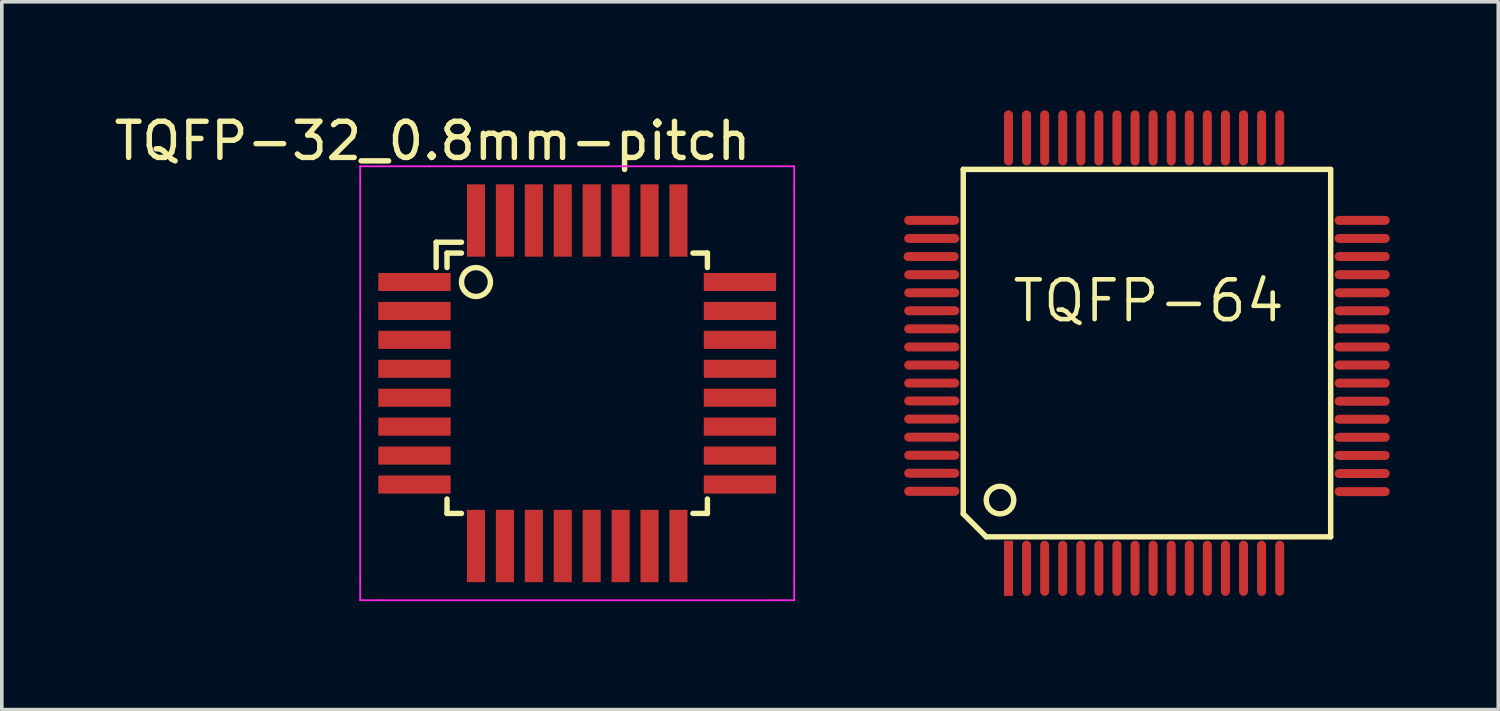
<source format=kicad_pcb>
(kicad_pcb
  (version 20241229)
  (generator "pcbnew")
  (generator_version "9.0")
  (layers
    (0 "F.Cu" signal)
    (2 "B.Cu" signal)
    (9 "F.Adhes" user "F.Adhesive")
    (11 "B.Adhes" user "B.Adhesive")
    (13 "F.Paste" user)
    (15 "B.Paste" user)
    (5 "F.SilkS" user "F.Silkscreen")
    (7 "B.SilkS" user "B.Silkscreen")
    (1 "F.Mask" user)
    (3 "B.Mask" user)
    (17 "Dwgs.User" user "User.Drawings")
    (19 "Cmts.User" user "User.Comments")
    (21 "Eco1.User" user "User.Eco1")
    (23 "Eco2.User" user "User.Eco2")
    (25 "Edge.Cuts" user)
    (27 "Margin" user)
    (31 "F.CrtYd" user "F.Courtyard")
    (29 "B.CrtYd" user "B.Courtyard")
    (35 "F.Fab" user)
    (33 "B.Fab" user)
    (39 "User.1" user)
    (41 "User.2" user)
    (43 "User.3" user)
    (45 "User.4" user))
  (footprint "TQFP-64"
    (layer "F.Cu")
    (at 28.585 6.795)
    (property "Reference" "TQFP-64" (at 0.127 -1.524 0) (layer "F.SilkS") (effects (font (size 1.1 1.1) (thickness 0.127))))
    (attr through_hole)
    (fp_line (start -4.999 -5.161) (end -4.999 4.364) (stroke (width 0.15) (type solid)) (layer "F.SilkS"))
    (fp_line (start -4.999 4.364) (end -4.364 4.999) (stroke (width 0.15) (type solid)) (layer "F.SilkS"))
    (fp_line (start -4.364 4.999) (end 5.161 4.999) (stroke (width 0.15) (type solid)) (layer "F.SilkS"))
    (fp_line (start 5.161 -5.161) (end -4.999 -5.161) (stroke (width 0.15) (type solid)) (layer "F.SilkS"))
    (fp_line (start 5.161 4.999) (end 5.161 -5.161) (stroke (width 0.15) (type solid)) (layer "F.SilkS"))
    (fp_circle (center -3.983 3.983) (end -3.983 3.602) (stroke (width 0.15) (type solid)) (fill no) (layer "F.SilkS"))
    (pad "1" smd rect (at -3.749 5.87) (size 0.249 1.524) (layers "F.Cu" "F.Mask" "F.Paste"))
    (pad "2" smd oval (at -3.249 5.87) (size 0.249 1.524) (layers "F.Cu" "F.Mask" "F.Paste"))
    (pad "3" smd oval (at -2.748 5.87) (size 0.249 1.524) (layers "F.Cu" "F.Mask" "F.Paste"))
    (pad "4" smd oval (at -2.248 5.87) (size 0.249 1.524) (layers "F.Cu" "F.Mask" "F.Paste"))
    (pad "5" smd oval (at -1.748 5.87) (size 0.249 1.524) (layers "F.Cu" "F.Mask" "F.Paste"))
    (pad "6" smd oval (at -1.25 5.87) (size 0.249 1.524) (layers "F.Cu" "F.Mask" "F.Paste"))
    (pad "7" smd oval (at -0.749 5.87) (size 0.249 1.524) (layers "F.Cu" "F.Mask" "F.Paste"))
    (pad "8" smd oval (at -0.249 5.87) (size 0.249 1.524) (layers "F.Cu" "F.Mask" "F.Paste"))
    (pad "9" smd oval (at 0.251 5.87) (size 0.249 1.524) (layers "F.Cu" "F.Mask" "F.Paste"))
    (pad "10" smd oval (at 0.752 5.87) (size 0.249 1.524) (layers "F.Cu" "F.Mask" "F.Paste"))
    (pad "11" smd oval (at 1.252 5.87) (size 0.249 1.524) (layers "F.Cu" "F.Mask" "F.Paste"))
    (pad "12" smd oval (at 1.75 5.87) (size 0.249 1.524) (layers "F.Cu" "F.Mask" "F.Paste"))
    (pad "13" smd oval (at 2.25 5.87) (size 0.249 1.524) (layers "F.Cu" "F.Mask" "F.Paste"))
    (pad "14" smd oval (at 2.751 5.87) (size 0.249 1.524) (layers "F.Cu" "F.Mask" "F.Paste"))
    (pad "15" smd oval (at 3.251 5.87) (size 0.249 1.524) (layers "F.Cu" "F.Mask" "F.Paste"))
    (pad "16" smd oval (at 3.752 5.87) (size 0.249 1.524) (layers "F.Cu" "F.Mask" "F.Paste"))
    (pad "17" smd oval (at 6.032 3.749) (size 1.524 0.249) (layers "F.Cu" "F.Mask" "F.Paste"))
    (pad "18" smd oval (at 6.032 3.249) (size 1.524 0.249) (layers "F.Cu" "F.Mask" "F.Paste"))
    (pad "19" smd oval (at 6.032 2.748) (size 1.524 0.249) (layers "F.Cu" "F.Mask" "F.Paste"))
    (pad "20" smd oval (at 6.032 2.248) (size 1.524 0.249) (layers "F.Cu" "F.Mask" "F.Paste"))
    (pad "21" smd oval (at 6.032 1.748) (size 1.524 0.249) (layers "F.Cu" "F.Mask" "F.Paste"))
    (pad "22" smd oval (at 6.032 1.25) (size 1.524 0.249) (layers "F.Cu" "F.Mask" "F.Paste"))
    (pad "23" smd oval (at 6.032 0.749) (size 1.524 0.249) (layers "F.Cu" "F.Mask" "F.Paste"))
    (pad "24" smd oval (at 6.032 0.249) (size 1.524 0.249) (layers "F.Cu" "F.Mask" "F.Paste"))
    (pad "25" smd oval (at 6.032 -0.251) (size 1.524 0.249) (layers "F.Cu" "F.Mask" "F.Paste"))
    (pad "26" smd oval (at 6.032 -0.752) (size 1.524 0.249) (layers "F.Cu" "F.Mask" "F.Paste"))
    (pad "27" smd oval (at 6.032 -1.252) (size 1.524 0.249) (layers "F.Cu" "F.Mask" "F.Paste"))
    (pad "28" smd oval (at 6.032 -1.75) (size 1.524 0.249) (layers "F.Cu" "F.Mask" "F.Paste"))
    (pad "29" smd oval (at 6.032 -2.25) (size 1.524 0.249) (layers "F.Cu" "F.Mask" "F.Paste"))
    (pad "30" smd oval (at 6.032 -2.751) (size 1.524 0.249) (layers "F.Cu" "F.Mask" "F.Paste"))
    (pad "31" smd oval (at 6.032 -3.251) (size 1.524 0.249) (layers "F.Cu" "F.Mask" "F.Paste"))
    (pad "32" smd oval (at 6.032 -3.752) (size 1.524 0.249) (layers "F.Cu" "F.Mask" "F.Paste"))
    (pad "33" smd oval (at 3.752 -6.032) (size 0.249 1.524) (layers "F.Cu" "F.Mask" "F.Paste"))
    (pad "34" smd oval (at 3.251 -6.032) (size 0.249 1.524) (layers "F.Cu" "F.Mask" "F.Paste"))
    (pad "35" smd oval (at 2.751 -6.032) (size 0.249 1.524) (layers "F.Cu" "F.Mask" "F.Paste"))
    (pad "36" smd oval (at 2.25 -6.032) (size 0.249 1.524) (layers "F.Cu" "F.Mask" "F.Paste"))
    (pad "37" smd oval (at 1.75 -6.032) (size 0.249 1.524) (layers "F.Cu" "F.Mask" "F.Paste"))
    (pad "38" smd oval (at 1.252 -6.032) (size 0.249 1.524) (layers "F.Cu" "F.Mask" "F.Paste"))
    (pad "39" smd oval (at 0.752 -6.032) (size 0.249 1.524) (layers "F.Cu" "F.Mask" "F.Paste"))
    (pad "40" smd oval (at 0.251 -6.032) (size 0.249 1.524) (layers "F.Cu" "F.Mask" "F.Paste"))
    (pad "41" smd oval (at -0.249 -6.032) (size 0.249 1.524) (layers "F.Cu" "F.Mask" "F.Paste"))
    (pad "42" smd oval (at -0.749 -6.032) (size 0.249 1.524) (layers "F.Cu" "F.Mask" "F.Paste"))
    (pad "43" smd oval (at -1.25 -6.032) (size 0.249 1.524) (layers "F.Cu" "F.Mask" "F.Paste"))
    (pad "44" smd oval (at -1.748 -6.032) (size 0.249 1.524) (layers "F.Cu" "F.Mask" "F.Paste"))
    (pad "45" smd oval (at -2.248 -6.032) (size 0.249 1.524) (layers "F.Cu" "F.Mask" "F.Paste"))
    (pad "46" smd oval (at -2.748 -6.032) (size 0.249 1.524) (layers "F.Cu" "F.Mask" "F.Paste"))
    (pad "47" smd oval (at -3.249 -6.032) (size 0.249 1.524) (layers "F.Cu" "F.Mask" "F.Paste"))
    (pad "48" smd oval (at -3.749 -6.032) (size 0.249 1.524) (layers "F.Cu" "F.Mask" "F.Paste"))
    (pad "49" smd oval (at -5.87 -3.752) (size 1.524 0.249) (layers "F.Cu" "F.Mask" "F.Paste"))
    (pad "50" smd oval (at -5.87 -3.251) (size 1.524 0.249) (layers "F.Cu" "F.Mask" "F.Paste"))
    (pad "51" smd oval (at -5.888 -2.751) (size 1.524 0.249) (layers "F.Cu" "F.Mask" "F.Paste"))
    (pad "52" smd oval (at -5.87 -2.25) (size 1.524 0.249) (layers "F.Cu" "F.Mask" "F.Paste"))
    (pad "53" smd oval (at -5.87 -1.75) (size 1.524 0.249) (layers "F.Cu" "F.Mask" "F.Paste"))
    (pad "54" smd oval (at -5.87 -1.252) (size 1.524 0.249) (layers "F.Cu" "F.Mask" "F.Paste"))
    (pad "55" smd oval (at -5.87 -0.752) (size 1.524 0.249) (layers "F.Cu" "F.Mask" "F.Paste"))
    (pad "56" smd oval (at -5.87 -0.251) (size 1.524 0.249) (layers "F.Cu" "F.Mask" "F.Paste"))
    (pad "57" smd oval (at -5.87 0.249) (size 1.524 0.249) (layers "F.Cu" "F.Mask" "F.Paste"))
    (pad "58" smd oval (at -5.87 0.749) (size 1.524 0.249) (layers "F.Cu" "F.Mask" "F.Paste"))
    (pad "59" smd oval (at -5.87 1.242) (size 1.524 0.249) (layers "F.Cu" "F.Mask" "F.Paste"))
    (pad "60" smd oval (at -5.87 1.742) (size 1.524 0.249) (layers "F.Cu" "F.Mask" "F.Paste"))
    (pad "61" smd oval (at -5.87 2.243) (size 1.524 0.249) (layers "F.Cu" "F.Mask" "F.Paste"))
    (pad "62" smd oval (at -5.87 2.743) (size 1.524 0.249) (layers "F.Cu" "F.Mask" "F.Paste"))
    (pad "63" smd oval (at -5.87 3.241) (size 1.524 0.249) (layers "F.Cu" "F.Mask" "F.Paste"))
    (pad "64" smd oval (at -5.87 3.741) (size 1.524 0.249) (layers "F.Cu" "F.Mask" "F.Paste")))
  (footprint "TQFP-32_0.8mm-pitch"
    (layer "F.Cu")
    (at 12.911 7.548)
    (property "Reference" "TQFP-32_0.8mm-pitch" (at -4 -6.7 0) (layer "F.SilkS") (effects (font (size 1 1) (thickness 0.15))))
    (attr through_hole)
    (fp_line (start -3.9 -3.9) (end -3.2 -3.9) (stroke (width 0.15) (type solid)) (layer "F.SilkS"))
    (fp_line (start -3.9 -3.2) (end -3.9 -3.9) (stroke (width 0.15) (type solid)) (layer "F.SilkS"))
    (fp_line (start -3.6 -3.6) (end -3.6 -3.2) (stroke (width 0.15) (type solid)) (layer "F.SilkS"))
    (fp_line (start -3.6 -3.6) (end -3.2 -3.6) (stroke (width 0.15) (type solid)) (layer "F.SilkS"))
    (fp_line (start -3.6 3.6) (end -3.6 3.2) (stroke (width 0.15) (type solid)) (layer "F.SilkS"))
    (fp_line (start -3.6 3.6) (end -3.2 3.6) (stroke (width 0.15) (type solid)) (layer "F.SilkS"))
    (fp_line (start 3.6 -3.6) (end 3.2 -3.6) (stroke (width 0.15) (type solid)) (layer "F.SilkS"))
    (fp_line (start 3.6 -3.6) (end 3.6 -3.2) (stroke (width 0.15) (type solid)) (layer "F.SilkS"))
    (fp_line (start 3.6 3.6) (end 3.2 3.6) (stroke (width 0.15) (type solid)) (layer "F.SilkS"))
    (fp_line (start 3.6 3.6) (end 3.6 3.2) (stroke (width 0.15) (type solid)) (layer "F.SilkS"))
    (fp_circle (center -2.8 -2.8) (end -2.4 -2.8) (stroke (width 0.15) (type solid)) (fill no) (layer "F.SilkS"))
    (fp_line (start -6 -6) (end -6 -5.6) (stroke (width 0.05) (type solid)) (layer "F.CrtYd"))
    (fp_line (start -6 -5.6) (end -6 5.4) (stroke (width 0.05) (type solid)) (layer "F.CrtYd"))
    (fp_line (start -6 5.4) (end -6 6) (stroke (width 0.05) (type solid)) (layer "F.CrtYd"))
    (fp_line (start -6 6) (end -5.5 6) (stroke (width 0.05) (type solid)) (layer "F.CrtYd"))
    (fp_line (start -5.5 -6) (end -6 -6) (stroke (width 0.05) (type solid)) (layer "F.CrtYd"))
    (fp_line (start -5.5 6) (end 5.5 6) (stroke (width 0.05) (type solid)) (layer "F.CrtYd"))
    (fp_line (start 5.5 -6) (end -5.5 -6) (stroke (width 0.05) (type solid)) (layer "F.CrtYd"))
    (fp_line (start 5.5 -6) (end 6 -6) (stroke (width 0.05) (type solid)) (layer "F.CrtYd"))
    (fp_line (start 5.5 6) (end 6 6) (stroke (width 0.05) (type solid)) (layer "F.CrtYd"))
    (fp_line (start 6 -6) (end 6 -5.5) (stroke (width 0.05) (type solid)) (layer "F.CrtYd"))
    (fp_line (start 6 5.5) (end 6 -5.5) (stroke (width 0.05) (type solid)) (layer "F.CrtYd"))
    (fp_line (start 6 6) (end 6 5.5) (stroke (width 0.05) (type solid)) (layer "F.CrtYd"))
    (pad "1" smd rect (at -4.5 -2.8) (size 2 0.5) (layers "F.Cu" "F.Mask" "F.Paste"))
    (pad "2" smd rect (at -4.5 -2) (size 2 0.5) (layers "F.Cu" "F.Mask" "F.Paste"))
    (pad "3" smd rect (at -4.5 -1.2) (size 2 0.5) (layers "F.Cu" "F.Mask" "F.Paste"))
    (pad "4" smd rect (at -4.5 -0.4) (size 2 0.5) (layers "F.Cu" "F.Mask" "F.Paste"))
    (pad "5" smd rect (at -4.5 0.4) (size 2 0.5) (layers "F.Cu" "F.Mask" "F.Paste"))
    (pad "6" smd rect (at -4.5 1.2) (size 2 0.5) (layers "F.Cu" "F.Mask" "F.Paste"))
    (pad "7" smd rect (at -4.5 2) (size 2 0.5) (layers "F.Cu" "F.Mask" "F.Paste"))
    (pad "8" smd rect (at -4.5 2.8) (size 2 0.5) (layers "F.Cu" "F.Mask" "F.Paste"))
    (pad "9" smd rect (at -2.8 4.5 90) (size 2 0.5) (layers "F.Cu" "F.Mask" "F.Paste"))
    (pad "10" smd rect (at -2 4.5 90) (size 2 0.5) (layers "F.Cu" "F.Mask" "F.Paste"))
    (pad "11" smd rect (at -1.2 4.5 90) (size 2 0.5) (layers "F.Cu" "F.Mask" "F.Paste"))
    (pad "12" smd rect (at -0.4 4.5 90) (size 2 0.5) (layers "F.Cu" "F.Mask" "F.Paste"))
    (pad "13" smd rect (at 0.4 4.5 90) (size 2 0.5) (layers "F.Cu" "F.Mask" "F.Paste"))
    (pad "14" smd rect (at 1.2 4.5 90) (size 2 0.5) (layers "F.Cu" "F.Mask" "F.Paste"))
    (pad "15" smd rect (at 2 4.5 90) (size 2 0.5) (layers "F.Cu" "F.Mask" "F.Paste"))
    (pad "16" smd rect (at 2.8 4.5 90) (size 2 0.5) (layers "F.Cu" "F.Mask" "F.Paste"))
    (pad "17" smd rect (at 4.5 2.8) (size 2 0.5) (layers "F.Cu" "F.Mask" "F.Paste"))
    (pad "18" smd rect (at 4.5 2) (size 2 0.5) (layers "F.Cu" "F.Mask" "F.Paste"))
    (pad "19" smd rect (at 4.5 1.2) (size 2 0.5) (layers "F.Cu" "F.Mask" "F.Paste"))
    (pad "20" smd rect (at 4.5 0.4) (size 2 0.5) (layers "F.Cu" "F.Mask" "F.Paste"))
    (pad "21" smd rect (at 4.5 -0.4) (size 2 0.5) (layers "F.Cu" "F.Mask" "F.Paste"))
    (pad "22" smd rect (at 4.5 -1.2) (size 2 0.5) (layers "F.Cu" "F.Mask" "F.Paste"))
    (pad "23" smd rect (at 4.5 -2) (size 2 0.5) (layers "F.Cu" "F.Mask" "F.Paste"))
    (pad "24" smd rect (at 4.5 -2.8) (size 2 0.5) (layers "F.Cu" "F.Mask" "F.Paste"))
    (pad "25" smd rect (at 2.8 -4.5 270) (size 2 0.5) (layers "F.Cu" "F.Mask" "F.Paste"))
    (pad "26" smd rect (at 2 -4.5 270) (size 2 0.5) (layers "F.Cu" "F.Mask" "F.Paste"))
    (pad "27" smd rect (at 1.2 -4.5 270) (size 2 0.5) (layers "F.Cu" "F.Mask" "F.Paste"))
    (pad "28" smd rect (at 0.4 -4.5 270) (size 2 0.5) (layers "F.Cu" "F.Mask" "F.Paste"))
    (pad "29" smd rect (at -0.4 -4.5 270) (size 2 0.5) (layers "F.Cu" "F.Mask" "F.Paste"))
    (pad "30" smd rect (at -1.2 -4.5 270) (size 2 0.5) (layers "F.Cu" "F.Mask" "F.Paste"))
    (pad "31" smd rect (at -2 -4.5 270) (size 2 0.5) (layers "F.Cu" "F.Mask" "F.Paste"))
    (pad "32" smd rect (at -2.8 -4.5 270) (size 2 0.5) (layers "F.Cu" "F.Mask" "F.Paste")))
  (gr_rect
    (start -3 -3)
    (end 38.38 16.573)
    (stroke (width 0.1) (type default))
    (fill no)
    (layer "Edge.Cuts")))
</source>
